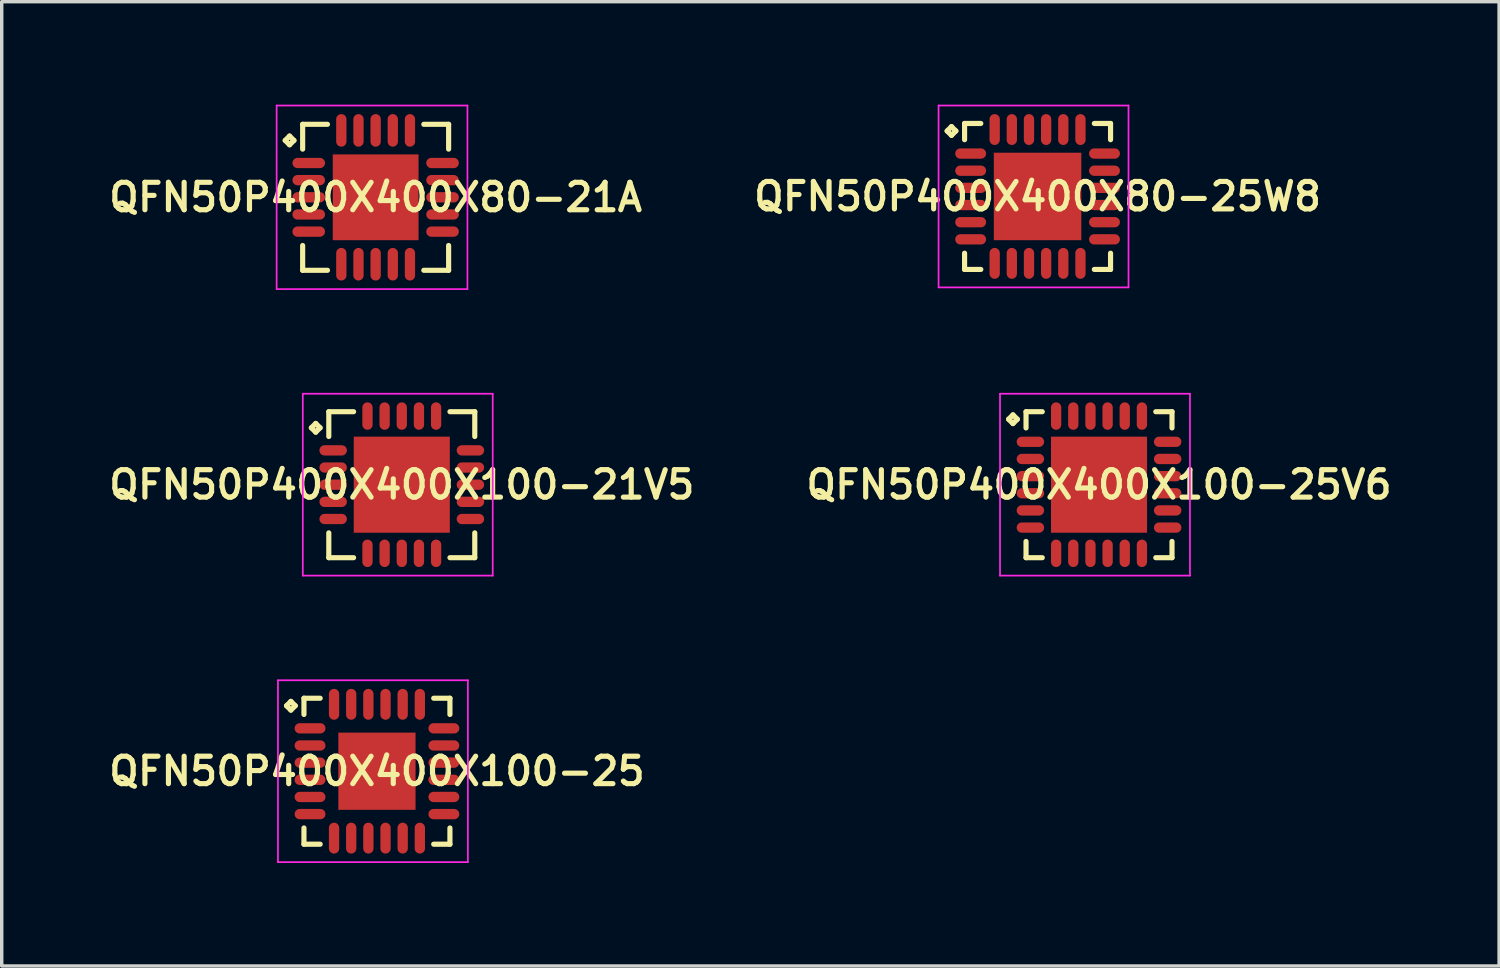
<source format=kicad_pcb>
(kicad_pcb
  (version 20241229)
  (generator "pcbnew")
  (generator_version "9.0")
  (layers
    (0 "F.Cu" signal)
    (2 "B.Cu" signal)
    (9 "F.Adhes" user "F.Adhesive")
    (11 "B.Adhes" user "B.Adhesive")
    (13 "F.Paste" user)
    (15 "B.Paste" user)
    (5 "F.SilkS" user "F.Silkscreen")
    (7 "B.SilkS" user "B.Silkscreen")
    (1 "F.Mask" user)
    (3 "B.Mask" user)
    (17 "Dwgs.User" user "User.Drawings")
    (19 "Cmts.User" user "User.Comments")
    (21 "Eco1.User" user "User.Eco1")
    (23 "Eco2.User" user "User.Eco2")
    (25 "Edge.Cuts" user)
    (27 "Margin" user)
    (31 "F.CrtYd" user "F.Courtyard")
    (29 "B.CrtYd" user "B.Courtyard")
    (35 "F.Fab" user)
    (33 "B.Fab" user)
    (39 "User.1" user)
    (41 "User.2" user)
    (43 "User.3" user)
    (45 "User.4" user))
  (footprint "QFN50P400X400X100-25V6"
    (layer "F.Cu")
    (at 28.978 11.075)
    (property "Reference" "QFN50P400X400X100-25V6" (at 0 0 0) (layer "F.SilkS") (effects (font (size 0.8 0.8) (thickness 0.15))))
    (attr smd)
    (fp_line (start -2.635 -1.908) (end -2.508 -2.035) (stroke (width 0.15) (type solid)) (layer "F.SilkS"))
    (fp_line (start -2.508 -2.035) (end -2.381 -1.908) (stroke (width 0.15) (type solid)) (layer "F.SilkS"))
    (fp_line (start -2.508 -1.781) (end -2.635 -1.908) (stroke (width 0.15) (type solid)) (layer "F.SilkS"))
    (fp_line (start -2.381 -1.908) (end -2.508 -1.781) (stroke (width 0.15) (type solid)) (layer "F.SilkS"))
    (fp_line (start -2.127 -2.127) (end -1.654 -2.127) (stroke (width 0.15) (type solid)) (layer "F.SilkS"))
    (fp_line (start -2.127 -1.654) (end -2.127 -2.127) (stroke (width 0.15) (type solid)) (layer "F.SilkS"))
    (fp_line (start -2.127 1.654) (end -2.127 2.127) (stroke (width 0.15) (type solid)) (layer "F.SilkS"))
    (fp_line (start -2.127 2.127) (end -1.654 2.127) (stroke (width 0.15) (type solid)) (layer "F.SilkS"))
    (fp_line (start 1.654 -2.127) (end 2.127 -2.127) (stroke (width 0.15) (type solid)) (layer "F.SilkS"))
    (fp_line (start 1.654 2.127) (end 2.127 2.127) (stroke (width 0.15) (type solid)) (layer "F.SilkS"))
    (fp_line (start 2.127 -2.127) (end 2.127 -1.654) (stroke (width 0.15) (type solid)) (layer "F.SilkS"))
    (fp_line (start 2.127 2.127) (end 2.127 1.654) (stroke (width 0.15) (type solid)) (layer "F.SilkS"))
    (fp_line (start -2.885 -2.65) (end 2.65 -2.65) (stroke (width 0.05) (type solid)) (layer "F.CrtYd"))
    (fp_line (start -2.885 2.65) (end -2.885 -2.65) (stroke (width 0.05) (type solid)) (layer "F.CrtYd"))
    (fp_line (start 2.65 -2.65) (end 2.65 2.65) (stroke (width 0.05) (type solid)) (layer "F.CrtYd"))
    (fp_line (start 2.65 2.65) (end -2.885 2.65) (stroke (width 0.05) (type solid)) (layer "F.CrtYd"))
    (pad "1" smd oval (at -2 -1.25) (size 0.8 0.3) (layers "F.Cu" "F.Mask" "F.Paste"))
    (pad "2" smd oval (at -2 -0.75) (size 0.8 0.3) (layers "F.Cu" "F.Mask" "F.Paste"))
    (pad "3" smd oval (at -2 -0.25) (size 0.8 0.3) (layers "F.Cu" "F.Mask" "F.Paste"))
    (pad "4" smd oval (at -2 0.25) (size 0.8 0.3) (layers "F.Cu" "F.Mask" "F.Paste"))
    (pad "5" smd oval (at -2 0.75) (size 0.8 0.3) (layers "F.Cu" "F.Mask" "F.Paste"))
    (pad "6" smd oval (at -2 1.25) (size 0.8 0.3) (layers "F.Cu" "F.Mask" "F.Paste"))
    (pad "7" smd oval (at -1.25 2) (size 0.3 0.8) (layers "F.Cu" "F.Mask" "F.Paste"))
    (pad "8" smd oval (at -0.75 2) (size 0.3 0.8) (layers "F.Cu" "F.Mask" "F.Paste"))
    (pad "9" smd oval (at -0.25 2) (size 0.3 0.8) (layers "F.Cu" "F.Mask" "F.Paste"))
    (pad "10" smd oval (at 0.25 2) (size 0.3 0.8) (layers "F.Cu" "F.Mask" "F.Paste"))
    (pad "11" smd oval (at 0.75 2) (size 0.3 0.8) (layers "F.Cu" "F.Mask" "F.Paste"))
    (pad "12" smd oval (at 1.25 2) (size 0.3 0.8) (layers "F.Cu" "F.Mask" "F.Paste"))
    (pad "13" smd oval (at 2 1.25) (size 0.8 0.3) (layers "F.Cu" "F.Mask" "F.Paste"))
    (pad "14" smd oval (at 2 0.75) (size 0.8 0.3) (layers "F.Cu" "F.Mask" "F.Paste"))
    (pad "15" smd oval (at 2 0.25) (size 0.8 0.3) (layers "F.Cu" "F.Mask" "F.Paste"))
    (pad "16" smd oval (at 2 -0.25) (size 0.8 0.3) (layers "F.Cu" "F.Mask" "F.Paste"))
    (pad "17" smd oval (at 2 -0.75) (size 0.8 0.3) (layers "F.Cu" "F.Mask" "F.Paste"))
    (pad "18" smd oval (at 2 -1.25) (size 0.8 0.3) (layers "F.Cu" "F.Mask" "F.Paste"))
    (pad "19" smd oval (at 1.25 -2) (size 0.3 0.8) (layers "F.Cu" "F.Mask" "F.Paste"))
    (pad "20" smd oval (at 0.75 -2) (size 0.3 0.8) (layers "F.Cu" "F.Mask" "F.Paste"))
    (pad "21" smd oval (at 0.25 -2) (size 0.3 0.8) (layers "F.Cu" "F.Mask" "F.Paste"))
    (pad "22" smd oval (at -0.25 -2) (size 0.3 0.8) (layers "F.Cu" "F.Mask" "F.Paste"))
    (pad "23" smd oval (at -0.75 -2) (size 0.3 0.8) (layers "F.Cu" "F.Mask" "F.Paste"))
    (pad "24" smd oval (at -1.25 -2) (size 0.3 0.8) (layers "F.Cu" "F.Mask" "F.Paste"))
    (pad "25" smd rect (at 0 0) (size 2.8 2.8) (layers "F.Cu" "F.Mask" "F.Paste")))
  (footprint "QFN50P400X400X80-25W8"
    (layer "F.Cu")
    (at 27.187 2.675)
    (property "Reference" "QFN50P400X400X80-25W8" (at 0 0 0) (layer "F.SilkS") (effects (font (size 0.8 0.8) (thickness 0.15))))
    (attr smd)
    (fp_line (start -2.635 -1.908) (end -2.508 -2.035) (stroke (width 0.15) (type solid)) (layer "F.SilkS"))
    (fp_line (start -2.508 -2.035) (end -2.381 -1.908) (stroke (width 0.15) (type solid)) (layer "F.SilkS"))
    (fp_line (start -2.508 -1.781) (end -2.635 -1.908) (stroke (width 0.15) (type solid)) (layer "F.SilkS"))
    (fp_line (start -2.381 -1.908) (end -2.508 -1.781) (stroke (width 0.15) (type solid)) (layer "F.SilkS"))
    (fp_line (start -2.127 -2.127) (end -1.654 -2.127) (stroke (width 0.15) (type solid)) (layer "F.SilkS"))
    (fp_line (start -2.127 -1.654) (end -2.127 -2.127) (stroke (width 0.15) (type solid)) (layer "F.SilkS"))
    (fp_line (start -2.127 1.654) (end -2.127 2.127) (stroke (width 0.15) (type solid)) (layer "F.SilkS"))
    (fp_line (start -2.127 2.127) (end -1.654 2.127) (stroke (width 0.15) (type solid)) (layer "F.SilkS"))
    (fp_line (start 1.654 -2.127) (end 2.127 -2.127) (stroke (width 0.15) (type solid)) (layer "F.SilkS"))
    (fp_line (start 1.654 2.127) (end 2.127 2.127) (stroke (width 0.15) (type solid)) (layer "F.SilkS"))
    (fp_line (start 2.127 -2.127) (end 2.127 -1.654) (stroke (width 0.15) (type solid)) (layer "F.SilkS"))
    (fp_line (start 2.127 2.127) (end 2.127 1.654) (stroke (width 0.15) (type solid)) (layer "F.SilkS"))
    (fp_line (start -2.885 -2.65) (end 2.65 -2.65) (stroke (width 0.05) (type solid)) (layer "F.CrtYd"))
    (fp_line (start -2.885 2.65) (end -2.885 -2.65) (stroke (width 0.05) (type solid)) (layer "F.CrtYd"))
    (fp_line (start 2.65 -2.65) (end 2.65 2.65) (stroke (width 0.05) (type solid)) (layer "F.CrtYd"))
    (fp_line (start 2.65 2.65) (end -2.885 2.65) (stroke (width 0.05) (type solid)) (layer "F.CrtYd"))
    (pad "1" smd oval (at -1.95 -1.25) (size 0.9 0.3) (layers "F.Cu" "F.Mask" "F.Paste"))
    (pad "2" smd oval (at -1.95 -0.75) (size 0.9 0.3) (layers "F.Cu" "F.Mask" "F.Paste"))
    (pad "3" smd oval (at -1.95 -0.25) (size 0.9 0.3) (layers "F.Cu" "F.Mask" "F.Paste"))
    (pad "4" smd oval (at -1.95 0.25) (size 0.9 0.3) (layers "F.Cu" "F.Mask" "F.Paste"))
    (pad "5" smd oval (at -1.95 0.75) (size 0.9 0.3) (layers "F.Cu" "F.Mask" "F.Paste"))
    (pad "6" smd oval (at -1.95 1.25) (size 0.9 0.3) (layers "F.Cu" "F.Mask" "F.Paste"))
    (pad "7" smd oval (at -1.25 1.95) (size 0.3 0.9) (layers "F.Cu" "F.Mask" "F.Paste"))
    (pad "8" smd oval (at -0.75 1.95) (size 0.3 0.9) (layers "F.Cu" "F.Mask" "F.Paste"))
    (pad "9" smd oval (at -0.25 1.95) (size 0.3 0.9) (layers "F.Cu" "F.Mask" "F.Paste"))
    (pad "10" smd oval (at 0.25 1.95) (size 0.3 0.9) (layers "F.Cu" "F.Mask" "F.Paste"))
    (pad "11" smd oval (at 0.75 1.95) (size 0.3 0.9) (layers "F.Cu" "F.Mask" "F.Paste"))
    (pad "12" smd oval (at 1.25 1.95) (size 0.3 0.9) (layers "F.Cu" "F.Mask" "F.Paste"))
    (pad "13" smd oval (at 1.95 1.25) (size 0.9 0.3) (layers "F.Cu" "F.Mask" "F.Paste"))
    (pad "14" smd oval (at 1.95 0.75) (size 0.9 0.3) (layers "F.Cu" "F.Mask" "F.Paste"))
    (pad "15" smd oval (at 1.95 0.25) (size 0.9 0.3) (layers "F.Cu" "F.Mask" "F.Paste"))
    (pad "16" smd oval (at 1.95 -0.25) (size 0.9 0.3) (layers "F.Cu" "F.Mask" "F.Paste"))
    (pad "17" smd oval (at 1.95 -0.75) (size 0.9 0.3) (layers "F.Cu" "F.Mask" "F.Paste"))
    (pad "18" smd oval (at 1.95 -1.25) (size 0.9 0.3) (layers "F.Cu" "F.Mask" "F.Paste"))
    (pad "19" smd oval (at 1.25 -1.95) (size 0.3 0.9) (layers "F.Cu" "F.Mask" "F.Paste"))
    (pad "20" smd oval (at 0.75 -1.95) (size 0.3 0.9) (layers "F.Cu" "F.Mask" "F.Paste"))
    (pad "21" smd oval (at 0.25 -1.95) (size 0.3 0.9) (layers "F.Cu" "F.Mask" "F.Paste"))
    (pad "22" smd oval (at -0.25 -1.95) (size 0.3 0.9) (layers "F.Cu" "F.Mask" "F.Paste"))
    (pad "23" smd oval (at -0.75 -1.95) (size 0.3 0.9) (layers "F.Cu" "F.Mask" "F.Paste"))
    (pad "24" smd oval (at -1.25 -1.95) (size 0.3 0.9) (layers "F.Cu" "F.Mask" "F.Paste"))
    (pad "25" smd rect (at 0 0) (size 2.55 2.55) (layers "F.Cu" "F.Mask" "F.Paste")))
  (footprint "QFN50P400X400X80-21A"
    (layer "F.Cu")
    (at 7.897 2.7)
    (property "Reference" "QFN50P400X400X80-21A" (at 0 0 0) (layer "F.SilkS") (effects (font (size 0.8 0.8) (thickness 0.15))))
    (attr smd)
    (fp_line (start -2.635 -1.658) (end -2.508 -1.785) (stroke (width 0.15) (type solid)) (layer "F.SilkS"))
    (fp_line (start -2.508 -1.785) (end -2.381 -1.658) (stroke (width 0.15) (type solid)) (layer "F.SilkS"))
    (fp_line (start -2.508 -1.531) (end -2.635 -1.658) (stroke (width 0.15) (type solid)) (layer "F.SilkS"))
    (fp_line (start -2.381 -1.658) (end -2.508 -1.531) (stroke (width 0.15) (type solid)) (layer "F.SilkS"))
    (fp_line (start -2.127 -2.127) (end -1.404 -2.127) (stroke (width 0.15) (type solid)) (layer "F.SilkS"))
    (fp_line (start -2.127 -1.404) (end -2.127 -2.127) (stroke (width 0.15) (type solid)) (layer "F.SilkS"))
    (fp_line (start -2.127 1.404) (end -2.127 2.127) (stroke (width 0.15) (type solid)) (layer "F.SilkS"))
    (fp_line (start -2.127 2.127) (end -1.404 2.127) (stroke (width 0.15) (type solid)) (layer "F.SilkS"))
    (fp_line (start 1.404 -2.127) (end 2.127 -2.127) (stroke (width 0.15) (type solid)) (layer "F.SilkS"))
    (fp_line (start 1.404 2.127) (end 2.127 2.127) (stroke (width 0.15) (type solid)) (layer "F.SilkS"))
    (fp_line (start 2.127 -2.127) (end 2.127 -1.404) (stroke (width 0.15) (type solid)) (layer "F.SilkS"))
    (fp_line (start 2.127 2.127) (end 2.127 1.404) (stroke (width 0.15) (type solid)) (layer "F.SilkS"))
    (fp_line (start -2.885 -2.675) (end 2.675 -2.675) (stroke (width 0.05) (type solid)) (layer "F.CrtYd"))
    (fp_line (start -2.885 2.675) (end -2.885 -2.675) (stroke (width 0.05) (type solid)) (layer "F.CrtYd"))
    (fp_line (start 2.675 -2.675) (end 2.675 2.675) (stroke (width 0.05) (type solid)) (layer "F.CrtYd"))
    (fp_line (start 2.675 2.675) (end -2.885 2.675) (stroke (width 0.05) (type solid)) (layer "F.CrtYd"))
    (pad "1" smd oval (at -1.95 -1) (size 0.95 0.3) (layers "F.Cu" "F.Mask" "F.Paste"))
    (pad "2" smd oval (at -1.95 -0.5) (size 0.95 0.3) (layers "F.Cu" "F.Mask" "F.Paste"))
    (pad "3" smd oval (at -1.95 0) (size 0.95 0.3) (layers "F.Cu" "F.Mask" "F.Paste"))
    (pad "4" smd oval (at -1.95 0.5) (size 0.95 0.3) (layers "F.Cu" "F.Mask" "F.Paste"))
    (pad "5" smd oval (at -1.95 1) (size 0.95 0.3) (layers "F.Cu" "F.Mask" "F.Paste"))
    (pad "6" smd oval (at -1 1.95) (size 0.3 0.95) (layers "F.Cu" "F.Mask" "F.Paste"))
    (pad "7" smd oval (at -0.5 1.95) (size 0.3 0.95) (layers "F.Cu" "F.Mask" "F.Paste"))
    (pad "8" smd oval (at 0 1.95) (size 0.3 0.95) (layers "F.Cu" "F.Mask" "F.Paste"))
    (pad "9" smd oval (at 0.5 1.95) (size 0.3 0.95) (layers "F.Cu" "F.Mask" "F.Paste"))
    (pad "10" smd oval (at 1 1.95) (size 0.3 0.95) (layers "F.Cu" "F.Mask" "F.Paste"))
    (pad "11" smd oval (at 1.95 1) (size 0.95 0.3) (layers "F.Cu" "F.Mask" "F.Paste"))
    (pad "12" smd oval (at 1.95 0.5) (size 0.95 0.3) (layers "F.Cu" "F.Mask" "F.Paste"))
    (pad "13" smd oval (at 1.95 0) (size 0.95 0.3) (layers "F.Cu" "F.Mask" "F.Paste"))
    (pad "14" smd oval (at 1.95 -0.5) (size 0.95 0.3) (layers "F.Cu" "F.Mask" "F.Paste"))
    (pad "15" smd oval (at 1.95 -1) (size 0.95 0.3) (layers "F.Cu" "F.Mask" "F.Paste"))
    (pad "16" smd oval (at 1 -1.95) (size 0.3 0.95) (layers "F.Cu" "F.Mask" "F.Paste"))
    (pad "17" smd oval (at 0.5 -1.95) (size 0.3 0.95) (layers "F.Cu" "F.Mask" "F.Paste"))
    (pad "18" smd oval (at 0 -1.95) (size 0.3 0.95) (layers "F.Cu" "F.Mask" "F.Paste"))
    (pad "19" smd oval (at -0.5 -1.95) (size 0.3 0.95) (layers "F.Cu" "F.Mask" "F.Paste"))
    (pad "20" smd oval (at -1 -1.95) (size 0.3 0.95) (layers "F.Cu" "F.Mask" "F.Paste"))
    (pad "21" smd rect (at 0 0) (size 2.5 2.5) (layers "F.Cu" "F.Mask" "F.Paste")))
  (footprint "QFN50P400X400X100-21V5"
    (layer "F.Cu")
    (at 8.659 11.075)
    (property "Reference" "QFN50P400X400X100-21V5" (at 0 0 0) (layer "F.SilkS") (effects (font (size 0.8 0.8) (thickness 0.15))))
    (attr smd)
    (fp_line (start -2.635 -1.658) (end -2.508 -1.785) (stroke (width 0.15) (type solid)) (layer "F.SilkS"))
    (fp_line (start -2.508 -1.785) (end -2.381 -1.658) (stroke (width 0.15) (type solid)) (layer "F.SilkS"))
    (fp_line (start -2.508 -1.531) (end -2.635 -1.658) (stroke (width 0.15) (type solid)) (layer "F.SilkS"))
    (fp_line (start -2.381 -1.658) (end -2.508 -1.531) (stroke (width 0.15) (type solid)) (layer "F.SilkS"))
    (fp_line (start -2.127 -2.127) (end -1.404 -2.127) (stroke (width 0.15) (type solid)) (layer "F.SilkS"))
    (fp_line (start -2.127 -1.404) (end -2.127 -2.127) (stroke (width 0.15) (type solid)) (layer "F.SilkS"))
    (fp_line (start -2.127 1.404) (end -2.127 2.127) (stroke (width 0.15) (type solid)) (layer "F.SilkS"))
    (fp_line (start -2.127 2.127) (end -1.404 2.127) (stroke (width 0.15) (type solid)) (layer "F.SilkS"))
    (fp_line (start 1.404 -2.127) (end 2.127 -2.127) (stroke (width 0.15) (type solid)) (layer "F.SilkS"))
    (fp_line (start 1.404 2.127) (end 2.127 2.127) (stroke (width 0.15) (type solid)) (layer "F.SilkS"))
    (fp_line (start 2.127 -2.127) (end 2.127 -1.404) (stroke (width 0.15) (type solid)) (layer "F.SilkS"))
    (fp_line (start 2.127 2.127) (end 2.127 1.404) (stroke (width 0.15) (type solid)) (layer "F.SilkS"))
    (fp_line (start -2.885 -2.65) (end 2.65 -2.65) (stroke (width 0.05) (type solid)) (layer "F.CrtYd"))
    (fp_line (start -2.885 2.65) (end -2.885 -2.65) (stroke (width 0.05) (type solid)) (layer "F.CrtYd"))
    (fp_line (start 2.65 -2.65) (end 2.65 2.65) (stroke (width 0.05) (type solid)) (layer "F.CrtYd"))
    (fp_line (start 2.65 2.65) (end -2.885 2.65) (stroke (width 0.05) (type solid)) (layer "F.CrtYd"))
    (pad "1" smd oval (at -2 -1) (size 0.8 0.3) (layers "F.Cu" "F.Mask" "F.Paste"))
    (pad "2" smd oval (at -2 -0.5) (size 0.8 0.3) (layers "F.Cu" "F.Mask" "F.Paste"))
    (pad "3" smd oval (at -2 0) (size 0.8 0.3) (layers "F.Cu" "F.Mask" "F.Paste"))
    (pad "4" smd oval (at -2 0.5) (size 0.8 0.3) (layers "F.Cu" "F.Mask" "F.Paste"))
    (pad "5" smd oval (at -2 1) (size 0.8 0.3) (layers "F.Cu" "F.Mask" "F.Paste"))
    (pad "6" smd oval (at -1 2) (size 0.3 0.8) (layers "F.Cu" "F.Mask" "F.Paste"))
    (pad "7" smd oval (at -0.5 2) (size 0.3 0.8) (layers "F.Cu" "F.Mask" "F.Paste"))
    (pad "8" smd oval (at 0 2) (size 0.3 0.8) (layers "F.Cu" "F.Mask" "F.Paste"))
    (pad "9" smd oval (at 0.5 2) (size 0.3 0.8) (layers "F.Cu" "F.Mask" "F.Paste"))
    (pad "10" smd oval (at 1 2) (size 0.3 0.8) (layers "F.Cu" "F.Mask" "F.Paste"))
    (pad "11" smd oval (at 2 1) (size 0.8 0.3) (layers "F.Cu" "F.Mask" "F.Paste"))
    (pad "12" smd oval (at 2 0.5) (size 0.8 0.3) (layers "F.Cu" "F.Mask" "F.Paste"))
    (pad "13" smd oval (at 2 0) (size 0.8 0.3) (layers "F.Cu" "F.Mask" "F.Paste"))
    (pad "14" smd oval (at 2 -0.5) (size 0.8 0.3) (layers "F.Cu" "F.Mask" "F.Paste"))
    (pad "15" smd oval (at 2 -1) (size 0.8 0.3) (layers "F.Cu" "F.Mask" "F.Paste"))
    (pad "16" smd oval (at 1 -2) (size 0.3 0.8) (layers "F.Cu" "F.Mask" "F.Paste"))
    (pad "17" smd oval (at 0.5 -2) (size 0.3 0.8) (layers "F.Cu" "F.Mask" "F.Paste"))
    (pad "18" smd oval (at 0 -2) (size 0.3 0.8) (layers "F.Cu" "F.Mask" "F.Paste"))
    (pad "19" smd oval (at -0.5 -2) (size 0.3 0.8) (layers "F.Cu" "F.Mask" "F.Paste"))
    (pad "20" smd oval (at -1 -2) (size 0.3 0.8) (layers "F.Cu" "F.Mask" "F.Paste"))
    (pad "21" smd rect (at 0 0) (size 2.8 2.8) (layers "F.Cu" "F.Mask" "F.Paste")))
  (footprint "QFN50P400X400X100-25"
    (layer "F.Cu")
    (at 7.935 19.425)
    (property "Reference" "QFN50P400X400X100-25" (at 0 0 0) (layer "F.SilkS") (effects (font (size 0.8 0.8) (thickness 0.15))))
    (attr smd)
    (fp_line (start -2.635 -1.908) (end -2.508 -2.035) (stroke (width 0.15) (type solid)) (layer "F.SilkS"))
    (fp_line (start -2.508 -2.035) (end -2.381 -1.908) (stroke (width 0.15) (type solid)) (layer "F.SilkS"))
    (fp_line (start -2.508 -1.781) (end -2.635 -1.908) (stroke (width 0.15) (type solid)) (layer "F.SilkS"))
    (fp_line (start -2.381 -1.908) (end -2.508 -1.781) (stroke (width 0.15) (type solid)) (layer "F.SilkS"))
    (fp_line (start -2.127 -2.127) (end -1.654 -2.127) (stroke (width 0.15) (type solid)) (layer "F.SilkS"))
    (fp_line (start -2.127 -1.654) (end -2.127 -2.127) (stroke (width 0.15) (type solid)) (layer "F.SilkS"))
    (fp_line (start -2.127 1.654) (end -2.127 2.127) (stroke (width 0.15) (type solid)) (layer "F.SilkS"))
    (fp_line (start -2.127 2.127) (end -1.654 2.127) (stroke (width 0.15) (type solid)) (layer "F.SilkS"))
    (fp_line (start 1.654 -2.127) (end 2.127 -2.127) (stroke (width 0.15) (type solid)) (layer "F.SilkS"))
    (fp_line (start 1.654 2.127) (end 2.127 2.127) (stroke (width 0.15) (type solid)) (layer "F.SilkS"))
    (fp_line (start 2.127 -2.127) (end 2.127 -1.654) (stroke (width 0.15) (type solid)) (layer "F.SilkS"))
    (fp_line (start 2.127 2.127) (end 2.127 1.654) (stroke (width 0.15) (type solid)) (layer "F.SilkS"))
    (fp_line (start -2.885 -2.65) (end 2.65 -2.65) (stroke (width 0.05) (type solid)) (layer "F.CrtYd"))
    (fp_line (start -2.885 2.65) (end -2.885 -2.65) (stroke (width 0.05) (type solid)) (layer "F.CrtYd"))
    (fp_line (start 2.65 -2.65) (end 2.65 2.65) (stroke (width 0.05) (type solid)) (layer "F.CrtYd"))
    (fp_line (start 2.65 2.65) (end -2.885 2.65) (stroke (width 0.05) (type solid)) (layer "F.CrtYd"))
    (pad "1" smd oval (at -1.95 -1.25) (size 0.9 0.3) (layers "F.Cu" "F.Mask" "F.Paste"))
    (pad "2" smd oval (at -1.95 -0.75) (size 0.9 0.3) (layers "F.Cu" "F.Mask" "F.Paste"))
    (pad "3" smd oval (at -1.95 -0.25) (size 0.9 0.3) (layers "F.Cu" "F.Mask" "F.Paste"))
    (pad "4" smd oval (at -1.95 0.25) (size 0.9 0.3) (layers "F.Cu" "F.Mask" "F.Paste"))
    (pad "5" smd oval (at -1.95 0.75) (size 0.9 0.3) (layers "F.Cu" "F.Mask" "F.Paste"))
    (pad "6" smd oval (at -1.95 1.25) (size 0.9 0.3) (layers "F.Cu" "F.Mask" "F.Paste"))
    (pad "7" smd oval (at -1.25 1.95) (size 0.3 0.9) (layers "F.Cu" "F.Mask" "F.Paste"))
    (pad "8" smd oval (at -0.75 1.95) (size 0.3 0.9) (layers "F.Cu" "F.Mask" "F.Paste"))
    (pad "9" smd oval (at -0.25 1.95) (size 0.3 0.9) (layers "F.Cu" "F.Mask" "F.Paste"))
    (pad "10" smd oval (at 0.25 1.95) (size 0.3 0.9) (layers "F.Cu" "F.Mask" "F.Paste"))
    (pad "11" smd oval (at 0.75 1.95) (size 0.3 0.9) (layers "F.Cu" "F.Mask" "F.Paste"))
    (pad "12" smd oval (at 1.25 1.95) (size 0.3 0.9) (layers "F.Cu" "F.Mask" "F.Paste"))
    (pad "13" smd oval (at 1.95 1.25) (size 0.9 0.3) (layers "F.Cu" "F.Mask" "F.Paste"))
    (pad "14" smd oval (at 1.95 0.75) (size 0.9 0.3) (layers "F.Cu" "F.Mask" "F.Paste"))
    (pad "15" smd oval (at 1.95 0.25) (size 0.9 0.3) (layers "F.Cu" "F.Mask" "F.Paste"))
    (pad "16" smd oval (at 1.95 -0.25) (size 0.9 0.3) (layers "F.Cu" "F.Mask" "F.Paste"))
    (pad "17" smd oval (at 1.95 -0.75) (size 0.9 0.3) (layers "F.Cu" "F.Mask" "F.Paste"))
    (pad "18" smd oval (at 1.95 -1.25) (size 0.9 0.3) (layers "F.Cu" "F.Mask" "F.Paste"))
    (pad "19" smd oval (at 1.25 -1.95) (size 0.3 0.9) (layers "F.Cu" "F.Mask" "F.Paste"))
    (pad "20" smd oval (at 0.75 -1.95) (size 0.3 0.9) (layers "F.Cu" "F.Mask" "F.Paste"))
    (pad "21" smd oval (at 0.25 -1.95) (size 0.3 0.9) (layers "F.Cu" "F.Mask" "F.Paste"))
    (pad "22" smd oval (at -0.25 -1.95) (size 0.3 0.9) (layers "F.Cu" "F.Mask" "F.Paste"))
    (pad "23" smd oval (at -0.75 -1.95) (size 0.3 0.9) (layers "F.Cu" "F.Mask" "F.Paste"))
    (pad "24" smd oval (at -1.25 -1.95) (size 0.3 0.9) (layers "F.Cu" "F.Mask" "F.Paste"))
    (pad "25" smd rect (at 0 0) (size 2.25 2.25) (layers "F.Cu" "F.Mask" "F.Paste")))
  (gr_rect
    (start -3 -3)
    (end 40.637 25.1)
    (stroke (width 0.1) (type default))
    (fill no)
    (layer "Edge.Cuts")))
</source>
